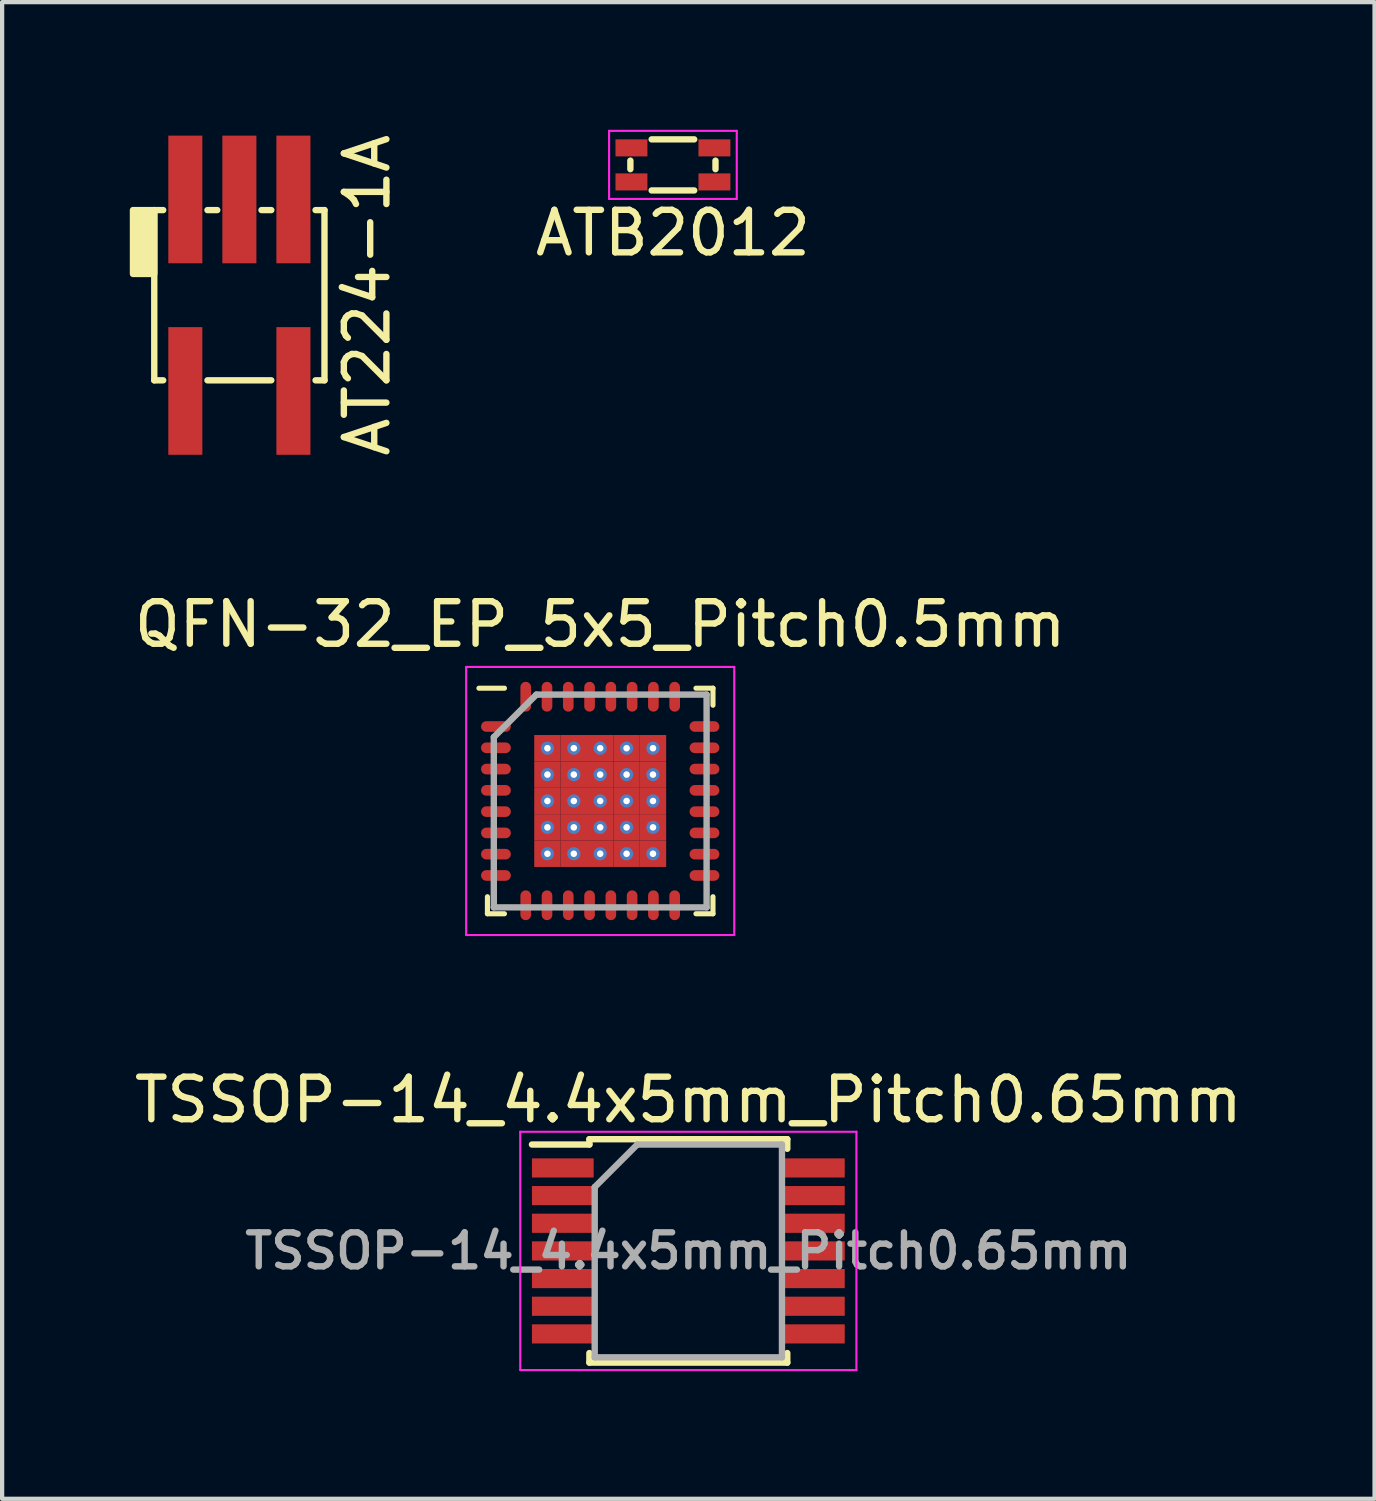
<source format=kicad_pcb>
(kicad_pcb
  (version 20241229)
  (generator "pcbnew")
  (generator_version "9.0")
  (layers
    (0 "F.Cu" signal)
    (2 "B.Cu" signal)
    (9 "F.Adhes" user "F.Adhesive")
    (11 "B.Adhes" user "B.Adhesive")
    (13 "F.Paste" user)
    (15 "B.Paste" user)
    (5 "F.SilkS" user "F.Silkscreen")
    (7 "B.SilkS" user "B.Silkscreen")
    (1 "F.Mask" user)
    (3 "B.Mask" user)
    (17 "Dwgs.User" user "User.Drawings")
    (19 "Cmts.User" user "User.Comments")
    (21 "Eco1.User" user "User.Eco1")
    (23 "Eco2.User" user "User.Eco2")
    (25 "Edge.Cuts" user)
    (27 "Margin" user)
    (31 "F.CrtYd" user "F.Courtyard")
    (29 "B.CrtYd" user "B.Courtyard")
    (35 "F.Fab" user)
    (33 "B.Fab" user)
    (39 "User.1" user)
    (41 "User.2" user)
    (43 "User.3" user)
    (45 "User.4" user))
  (footprint "AT224-1A"
    (layer "F.Cu")
    (at 2.575 3.887)
    (property "Reference" "AT224-1A" (at 3 0 90) (layer "F.SilkS") (effects (font (size 1 1) (thickness 0.15))))
    (attr through_hole)
    (fp_line (start -2 -2) (end -1.79 -2) (stroke (width 0.15) (type solid)) (layer "F.SilkS"))
    (fp_line (start -2 2) (end -2 -2) (stroke (width 0.15) (type solid)) (layer "F.SilkS"))
    (fp_line (start -2 2) (end -1.79 2) (stroke (width 0.15) (type solid)) (layer "F.SilkS"))
    (fp_line (start -0.75 -2) (end -0.52 -2) (stroke (width 0.15) (type solid)) (layer "F.SilkS"))
    (fp_line (start 0.52 -2) (end 0.75 -2) (stroke (width 0.15) (type solid)) (layer "F.SilkS"))
    (fp_line (start 0.75 2) (end -0.75 2) (stroke (width 0.15) (type solid)) (layer "F.SilkS"))
    (fp_line (start 2 -2) (end 1.79 -2) (stroke (width 0.15) (type solid)) (layer "F.SilkS"))
    (fp_line (start 2 -2) (end 2 2) (stroke (width 0.15) (type solid)) (layer "F.SilkS"))
    (fp_line (start 2 2) (end 1.79 2) (stroke (width 0.15) (type solid)) (layer "F.SilkS"))
    (fp_poly (pts (xy -2 -2) (xy -2.5 -2) (xy -2.5 -0.5) (xy -2 -0.5)) (stroke (width 0.15) (type solid)) (fill yes) (layer "F.SilkS"))
    (pad "1" smd rect (at -1.27 -2.25) (size 0.8 3) (layers "F.Cu" "F.Mask" "F.Paste"))
    (pad "2" smd rect (at 0 -2.25) (size 0.8 3) (layers "F.Cu" "F.Mask" "F.Paste"))
    (pad "3" smd rect (at 1.27 -2.25) (size 0.8 3) (layers "F.Cu" "F.Mask" "F.Paste"))
    (pad "4" smd rect (at -1.27 2.25) (size 0.8 3) (layers "F.Cu" "F.Mask" "F.Paste"))
    (pad "6" smd rect (at 1.27 2.25) (size 0.8 3) (layers "F.Cu" "F.Mask" "F.Paste")))
  (footprint "TSSOP-14_4.4x5mm_Pitch0.65mm"
    (layer "F.Cu")
    (at 13.125 26.345)
    (property "Reference" "TSSOP-14_4.4x5mm_Pitch0.65mm" (at 0 -3.55 0) (layer "F.SilkS") (effects (font (size 1 1) (thickness 0.15))))
    (attr smd)
    (fp_line (start -2.325 -2.625) (end -2.325 -2.5) (stroke (width 0.15) (type solid)) (layer "F.SilkS"))
    (fp_line (start -2.325 -2.625) (end 2.325 -2.625) (stroke (width 0.15) (type solid)) (layer "F.SilkS"))
    (fp_line (start -2.325 -2.5) (end -3.675 -2.5) (stroke (width 0.15) (type solid)) (layer "F.SilkS"))
    (fp_line (start -2.325 2.625) (end -2.325 2.4) (stroke (width 0.15) (type solid)) (layer "F.SilkS"))
    (fp_line (start -2.325 2.625) (end 2.325 2.625) (stroke (width 0.15) (type solid)) (layer "F.SilkS"))
    (fp_line (start 2.325 -2.625) (end 2.325 -2.4) (stroke (width 0.15) (type solid)) (layer "F.SilkS"))
    (fp_line (start 2.325 2.625) (end 2.325 2.4) (stroke (width 0.15) (type solid)) (layer "F.SilkS"))
    (fp_line (start -3.95 -2.8) (end -3.95 2.8) (stroke (width 0.05) (type solid)) (layer "F.CrtYd"))
    (fp_line (start -3.95 -2.8) (end 3.95 -2.8) (stroke (width 0.05) (type solid)) (layer "F.CrtYd"))
    (fp_line (start -3.95 2.8) (end 3.95 2.8) (stroke (width 0.05) (type solid)) (layer "F.CrtYd"))
    (fp_line (start 3.95 -2.8) (end 3.95 2.8) (stroke (width 0.05) (type solid)) (layer "F.CrtYd"))
    (fp_line (start -2.2 -1.5) (end -1.2 -2.5) (stroke (width 0.15) (type solid)) (layer "F.Fab"))
    (fp_line (start -2.2 2.5) (end -2.2 -1.5) (stroke (width 0.15) (type solid)) (layer "F.Fab"))
    (fp_line (start -1.2 -2.5) (end 2.2 -2.5) (stroke (width 0.15) (type solid)) (layer "F.Fab"))
    (fp_line (start 2.2 -2.5) (end 2.2 2.5) (stroke (width 0.15) (type solid)) (layer "F.Fab"))
    (fp_line (start 2.2 2.5) (end -2.2 2.5) (stroke (width 0.15) (type solid)) (layer "F.Fab"))
    (fp_text user "${REFERENCE}" (at 0 0 0) (layer "F.Fab") (effects (font (size 0.8 0.8) (thickness 0.15))))
    (pad "1" smd rect (at -2.95 -1.95) (size 1.45 0.45) (layers "F.Cu" "F.Mask" "F.Paste"))
    (pad "2" smd rect (at -2.95 -1.3) (size 1.45 0.45) (layers "F.Cu" "F.Mask" "F.Paste"))
    (pad "3" smd rect (at -2.95 -0.65) (size 1.45 0.45) (layers "F.Cu" "F.Mask" "F.Paste"))
    (pad "4" smd rect (at -2.95 0) (size 1.45 0.45) (layers "F.Cu" "F.Mask" "F.Paste"))
    (pad "5" smd rect (at -2.95 0.65) (size 1.45 0.45) (layers "F.Cu" "F.Mask" "F.Paste"))
    (pad "6" smd rect (at -2.95 1.3) (size 1.45 0.45) (layers "F.Cu" "F.Mask" "F.Paste"))
    (pad "7" smd rect (at -2.95 1.95) (size 1.45 0.45) (layers "F.Cu" "F.Mask" "F.Paste"))
    (pad "8" smd rect (at 2.95 1.95) (size 1.45 0.45) (layers "F.Cu" "F.Mask" "F.Paste"))
    (pad "9" smd rect (at 2.95 1.3) (size 1.45 0.45) (layers "F.Cu" "F.Mask" "F.Paste"))
    (pad "10" smd rect (at 2.95 0.65) (size 1.45 0.45) (layers "F.Cu" "F.Mask" "F.Paste"))
    (pad "11" smd rect (at 2.95 0) (size 1.45 0.45) (layers "F.Cu" "F.Mask" "F.Paste"))
    (pad "12" smd rect (at 2.95 -0.65) (size 1.45 0.45) (layers "F.Cu" "F.Mask" "F.Paste"))
    (pad "13" smd rect (at 2.95 -1.3) (size 1.45 0.45) (layers "F.Cu" "F.Mask" "F.Paste"))
    (pad "14" smd rect (at 2.95 -1.95) (size 1.45 0.45) (layers "F.Cu" "F.Mask" "F.Paste")))
  (footprint "QFN-32_EP_5x5_Pitch0.5mm"
    (layer "F.Cu")
    (at 11.054 15.772)
    (property "Reference" "QFN-32_EP_5x5_Pitch0.5mm" (at 0 -4.15 0) (layer "F.SilkS") (effects (font (size 1 1) (thickness 0.15))))
    (attr smd)
    (fp_line (start -2.65 2.65) (end -2.65 2.25) (stroke (width 0.12) (type solid)) (layer "F.SilkS"))
    (fp_line (start -2.25 -2.65) (end -2.85 -2.65) (stroke (width 0.12) (type solid)) (layer "F.SilkS"))
    (fp_line (start -2.25 2.65) (end -2.65 2.65) (stroke (width 0.12) (type solid)) (layer "F.SilkS"))
    (fp_line (start 2.25 -2.65) (end 2.65 -2.65) (stroke (width 0.12) (type solid)) (layer "F.SilkS"))
    (fp_line (start 2.25 2.65) (end 2.65 2.65) (stroke (width 0.12) (type solid)) (layer "F.SilkS"))
    (fp_line (start 2.65 -2.65) (end 2.65 -2.25) (stroke (width 0.12) (type solid)) (layer "F.SilkS"))
    (fp_line (start 2.65 2.65) (end 2.65 2.25) (stroke (width 0.12) (type solid)) (layer "F.SilkS"))
    (fp_line (start -3.15 -3.15) (end 3.15 -3.15) (stroke (width 0.05) (type solid)) (layer "F.CrtYd"))
    (fp_line (start -3.15 3.15) (end -3.15 -3.15) (stroke (width 0.05) (type solid)) (layer "F.CrtYd"))
    (fp_line (start 3.15 -3.15) (end 3.15 3.15) (stroke (width 0.05) (type solid)) (layer "F.CrtYd"))
    (fp_line (start 3.15 3.15) (end -3.15 3.15) (stroke (width 0.05) (type solid)) (layer "F.CrtYd"))
    (fp_line (start -2.5 -1.5) (end -2.5 2.5) (stroke (width 0.15) (type solid)) (layer "F.Fab"))
    (fp_line (start -2.5 2.5) (end 2.5 2.5) (stroke (width 0.15) (type solid)) (layer "F.Fab"))
    (fp_line (start -1.5 -2.5) (end -2.5 -1.5) (stroke (width 0.15) (type solid)) (layer "F.Fab"))
    (fp_line (start 2.5 -2.5) (end -1.5 -2.5) (stroke (width 0.15) (type solid)) (layer "F.Fab"))
    (fp_line (start 2.5 2.5) (end 2.5 -2.5) (stroke (width 0.15) (type solid)) (layer "F.Fab"))
    (pad "1" smd oval (at -2.45 -1.75 90) (size 0.25 0.7) (layers "F.Cu" "F.Mask" "F.Paste"))
    (pad "2" smd oval (at -2.45 -1.25 90) (size 0.25 0.7) (layers "F.Cu" "F.Mask" "F.Paste"))
    (pad "3" smd oval (at -2.45 -0.75 90) (size 0.25 0.7) (layers "F.Cu" "F.Mask" "F.Paste"))
    (pad "4" smd oval (at -2.45 -0.25 90) (size 0.25 0.7) (layers "F.Cu" "F.Mask" "F.Paste"))
    (pad "5" smd oval (at -2.45 0.25 90) (size 0.25 0.7) (layers "F.Cu" "F.Mask" "F.Paste"))
    (pad "6" smd oval (at -2.45 0.75 90) (size 0.25 0.7) (layers "F.Cu" "F.Mask" "F.Paste"))
    (pad "7" smd oval (at -2.45 1.25 90) (size 0.25 0.7) (layers "F.Cu" "F.Mask" "F.Paste"))
    (pad "8" smd oval (at -2.45 1.75 90) (size 0.25 0.7) (layers "F.Cu" "F.Mask" "F.Paste"))
    (pad "9" smd oval (at -1.75 2.45) (size 0.25 0.7) (layers "F.Cu" "F.Mask" "F.Paste"))
    (pad "10" smd oval (at -1.25 2.45) (size 0.25 0.7) (layers "F.Cu" "F.Mask" "F.Paste"))
    (pad "11" smd oval (at -0.75 2.45) (size 0.25 0.7) (layers "F.Cu" "F.Mask" "F.Paste"))
    (pad "12" smd oval (at -0.25 2.45) (size 0.25 0.7) (layers "F.Cu" "F.Mask" "F.Paste"))
    (pad "13" smd oval (at 0.25 2.45) (size 0.25 0.7) (layers "F.Cu" "F.Mask" "F.Paste"))
    (pad "14" smd oval (at 0.75 2.45) (size 0.25 0.7) (layers "F.Cu" "F.Mask" "F.Paste"))
    (pad "15" smd oval (at 1.25 2.45) (size 0.25 0.7) (layers "F.Cu" "F.Mask" "F.Paste"))
    (pad "16" smd oval (at 1.75 2.45) (size 0.25 0.7) (layers "F.Cu" "F.Mask" "F.Paste"))
    (pad "17" smd oval (at 2.45 1.75 90) (size 0.25 0.7) (layers "F.Cu" "F.Mask" "F.Paste"))
    (pad "18" smd oval (at 2.45 1.25 90) (size 0.25 0.7) (layers "F.Cu" "F.Mask" "F.Paste"))
    (pad "19" smd oval (at 2.45 0.75 90) (size 0.25 0.7) (layers "F.Cu" "F.Mask" "F.Paste"))
    (pad "20" smd oval (at 2.45 0.25 90) (size 0.25 0.7) (layers "F.Cu" "F.Mask" "F.Paste"))
    (pad "21" smd oval (at 2.45 -0.25 90) (size 0.25 0.7) (layers "F.Cu" "F.Mask" "F.Paste"))
    (pad "22" smd oval (at 2.45 -0.75 90) (size 0.25 0.7) (layers "F.Cu" "F.Mask" "F.Paste"))
    (pad "23" smd oval (at 2.45 -1.25 90) (size 0.25 0.7) (layers "F.Cu" "F.Mask" "F.Paste"))
    (pad "24" smd oval (at 2.45 -1.75 90) (size 0.25 0.7) (layers "F.Cu" "F.Mask" "F.Paste"))
    (pad "25" smd oval (at 1.75 -2.45) (size 0.25 0.7) (layers "F.Cu" "F.Mask" "F.Paste"))
    (pad "26" smd oval (at 1.25 -2.45) (size 0.25 0.7) (layers "F.Cu" "F.Mask" "F.Paste"))
    (pad "27" smd oval (at 0.75 -2.45) (size 0.25 0.7) (layers "F.Cu" "F.Mask" "F.Paste"))
    (pad "28" smd oval (at 0.25 -2.45) (size 0.25 0.7) (layers "F.Cu" "F.Mask" "F.Paste"))
    (pad "29" smd oval (at -0.25 -2.45) (size 0.25 0.7) (layers "F.Cu" "F.Mask" "F.Paste"))
    (pad "30" smd oval (at -0.75 -2.45) (size 0.25 0.7) (layers "F.Cu" "F.Mask" "F.Paste"))
    (pad "31" smd oval (at -1.25 -2.45) (size 0.25 0.7) (layers "F.Cu" "F.Mask" "F.Paste"))
    (pad "32" smd oval (at -1.75 -2.45) (size 0.25 0.7) (layers "F.Cu" "F.Mask" "F.Paste"))
    (pad "33" thru_hole circle (at -1.24 -1.24) (size 0.31 0.31) (drill 0.155) (layers "*.Cu" "*.Mask"))
    (pad "33" smd rect (at -1.24 -1.24) (size 0.62 0.62) (layers "F.Cu" "F.Mask" "F.Paste"))
    (pad "33" thru_hole circle (at -1.24 -0.62) (size 0.31 0.31) (drill 0.155) (layers "*.Cu" "*.Mask"))
    (pad "33" smd rect (at -1.24 -0.62) (size 0.62 0.62) (layers "F.Cu" "F.Mask" "F.Paste"))
    (pad "33" thru_hole circle (at -1.24 0) (size 0.31 0.31) (drill 0.155) (layers "*.Cu" "*.Mask"))
    (pad "33" smd rect (at -1.24 0) (size 0.62 0.62) (layers "F.Cu" "F.Mask" "F.Paste"))
    (pad "33" thru_hole circle (at -1.24 0.62) (size 0.31 0.31) (drill 0.155) (layers "*.Cu" "*.Mask"))
    (pad "33" smd rect (at -1.24 0.62) (size 0.62 0.62) (layers "F.Cu" "F.Mask" "F.Paste"))
    (pad "33" thru_hole circle (at -1.24 1.24) (size 0.31 0.31) (drill 0.155) (layers "*.Cu" "*.Mask"))
    (pad "33" smd rect (at -1.24 1.24) (size 0.62 0.62) (layers "F.Cu" "F.Mask" "F.Paste"))
    (pad "33" thru_hole circle (at -0.62 -1.24) (size 0.31 0.31) (drill 0.155) (layers "*.Cu" "*.Mask"))
    (pad "33" smd rect (at -0.62 -1.24) (size 0.62 0.62) (layers "F.Cu" "F.Mask" "F.Paste"))
    (pad "33" thru_hole circle (at -0.62 -0.62) (size 0.31 0.31) (drill 0.155) (layers "*.Cu" "*.Mask"))
    (pad "33" smd rect (at -0.62 -0.62) (size 0.62 0.62) (layers "F.Cu" "F.Mask" "F.Paste"))
    (pad "33" thru_hole circle (at -0.62 0) (size 0.31 0.31) (drill 0.155) (layers "*.Cu" "*.Mask"))
    (pad "33" smd rect (at -0.62 0) (size 0.62 0.62) (layers "F.Cu" "F.Mask" "F.Paste"))
    (pad "33" thru_hole circle (at -0.62 0.62) (size 0.31 0.31) (drill 0.155) (layers "*.Cu" "*.Mask"))
    (pad "33" smd rect (at -0.62 0.62) (size 0.62 0.62) (layers "F.Cu" "F.Mask" "F.Paste"))
    (pad "33" thru_hole circle (at -0.62 1.24) (size 0.31 0.31) (drill 0.155) (layers "*.Cu" "*.Mask"))
    (pad "33" smd rect (at -0.62 1.24) (size 0.62 0.62) (layers "F.Cu" "F.Mask" "F.Paste"))
    (pad "33" thru_hole circle (at 0 -1.24) (size 0.31 0.31) (drill 0.155) (layers "*.Cu" "*.Mask"))
    (pad "33" smd rect (at 0 -1.24) (size 0.62 0.62) (layers "F.Cu" "F.Mask" "F.Paste"))
    (pad "33" thru_hole circle (at 0 -0.62) (size 0.31 0.31) (drill 0.155) (layers "*.Cu" "*.Mask"))
    (pad "33" smd rect (at 0 -0.62) (size 0.62 0.62) (layers "F.Cu" "F.Mask" "F.Paste"))
    (pad "33" thru_hole circle (at 0 0) (size 0.31 0.31) (drill 0.155) (layers "*.Cu" "*.Mask"))
    (pad "33" smd rect (at 0 0) (size 0.62 0.62) (layers "F.Cu" "F.Mask" "F.Paste"))
    (pad "33" thru_hole circle (at 0 0.62) (size 0.31 0.31) (drill 0.155) (layers "*.Cu" "*.Mask"))
    (pad "33" smd rect (at 0 0.62) (size 0.62 0.62) (layers "F.Cu" "F.Mask" "F.Paste"))
    (pad "33" thru_hole circle (at 0 1.24) (size 0.31 0.31) (drill 0.155) (layers "*.Cu" "*.Mask"))
    (pad "33" smd rect (at 0 1.24) (size 0.62 0.62) (layers "F.Cu" "F.Mask" "F.Paste"))
    (pad "33" thru_hole circle (at 0.62 -1.24) (size 0.31 0.31) (drill 0.155) (layers "*.Cu" "*.Mask"))
    (pad "33" smd rect (at 0.62 -1.24) (size 0.62 0.62) (layers "F.Cu" "F.Mask" "F.Paste"))
    (pad "33" thru_hole circle (at 0.62 -0.62) (size 0.31 0.31) (drill 0.155) (layers "*.Cu" "*.Mask"))
    (pad "33" smd rect (at 0.62 -0.62) (size 0.62 0.62) (layers "F.Cu" "F.Mask" "F.Paste"))
    (pad "33" thru_hole circle (at 0.62 0) (size 0.31 0.31) (drill 0.155) (layers "*.Cu" "*.Mask"))
    (pad "33" smd rect (at 0.62 0) (size 0.62 0.62) (layers "F.Cu" "F.Mask" "F.Paste"))
    (pad "33" thru_hole circle (at 0.62 0.62) (size 0.31 0.31) (drill 0.155) (layers "*.Cu" "*.Mask"))
    (pad "33" smd rect (at 0.62 0.62) (size 0.62 0.62) (layers "F.Cu" "F.Mask" "F.Paste"))
    (pad "33" thru_hole circle (at 0.62 1.24) (size 0.31 0.31) (drill 0.155) (layers "*.Cu" "*.Mask"))
    (pad "33" smd rect (at 0.62 1.24) (size 0.62 0.62) (layers "F.Cu" "F.Mask" "F.Paste"))
    (pad "33" thru_hole circle (at 1.24 -1.24) (size 0.31 0.31) (drill 0.155) (layers "*.Cu" "*.Mask"))
    (pad "33" smd rect (at 1.24 -1.24) (size 0.62 0.62) (layers "F.Cu" "F.Mask" "F.Paste"))
    (pad "33" thru_hole circle (at 1.24 -0.62) (size 0.31 0.31) (drill 0.155) (layers "*.Cu" "*.Mask"))
    (pad "33" smd rect (at 1.24 -0.62) (size 0.62 0.62) (layers "F.Cu" "F.Mask" "F.Paste"))
    (pad "33" thru_hole circle (at 1.24 0) (size 0.31 0.31) (drill 0.155) (layers "*.Cu" "*.Mask"))
    (pad "33" smd rect (at 1.24 0) (size 0.62 0.62) (layers "F.Cu" "F.Mask" "F.Paste"))
    (pad "33" thru_hole circle (at 1.24 0.62) (size 0.31 0.31) (drill 0.155) (layers "*.Cu" "*.Mask"))
    (pad "33" smd rect (at 1.24 0.62) (size 0.62 0.62) (layers "F.Cu" "F.Mask" "F.Paste"))
    (pad "33" thru_hole circle (at 1.24 1.24) (size 0.31 0.31) (drill 0.155) (layers "*.Cu" "*.Mask"))
    (pad "33" smd rect (at 1.24 1.24) (size 0.62 0.62) (layers "F.Cu" "F.Mask" "F.Paste")))
  (footprint "ATB2012"
    (layer "F.Cu")
    (at 12.763 0.825)
    (property "Reference" "ATB2012" (at 0 1.6 0) (layer "F.SilkS") (effects (font (size 1 1) (thickness 0.15))))
    (attr through_hole)
    (fp_line (start -1 -0.1) (end -1 0.1) (stroke (width 0.15) (type solid)) (layer "F.SilkS"))
    (fp_line (start -0.5 -0.6) (end 0.5 -0.6) (stroke (width 0.15) (type solid)) (layer "F.SilkS"))
    (fp_line (start -0.5 0.6) (end 0.5 0.6) (stroke (width 0.15) (type solid)) (layer "F.SilkS"))
    (fp_line (start 1 -0.1) (end 1 0.1) (stroke (width 0.15) (type solid)) (layer "F.SilkS"))
    (fp_line (start -1.5 -0.8) (end 1.5 -0.8) (stroke (width 0.05) (type solid)) (layer "F.CrtYd"))
    (fp_line (start -1.5 0.8) (end -1.5 -0.8) (stroke (width 0.05) (type solid)) (layer "F.CrtYd"))
    (fp_line (start 1.5 -0.8) (end 1.5 0.8) (stroke (width 0.05) (type solid)) (layer "F.CrtYd"))
    (fp_line (start 1.5 0.8) (end -1.5 0.8) (stroke (width 0.05) (type solid)) (layer "F.CrtYd"))
    (pad "1" smd rect (at -0.975 -0.4) (size 0.75 0.4) (layers "F.Cu" "F.Mask" "F.Paste"))
    (pad "2" smd rect (at -0.975 0.4) (size 0.75 0.4) (layers "F.Cu" "F.Mask" "F.Paste"))
    (pad "3" smd rect (at 0.975 0.4) (size 0.75 0.4) (layers "F.Cu" "F.Mask" "F.Paste"))
    (pad "4" smd rect (at 0.975 -0.4) (size 0.75 0.4) (layers "F.Cu" "F.Mask" "F.Paste")))
  (gr_rect
    (start -3 -3)
    (end 29.25 32.17)
    (stroke (width 0.1) (type default))
    (fill no)
    (layer "Edge.Cuts")))
</source>
